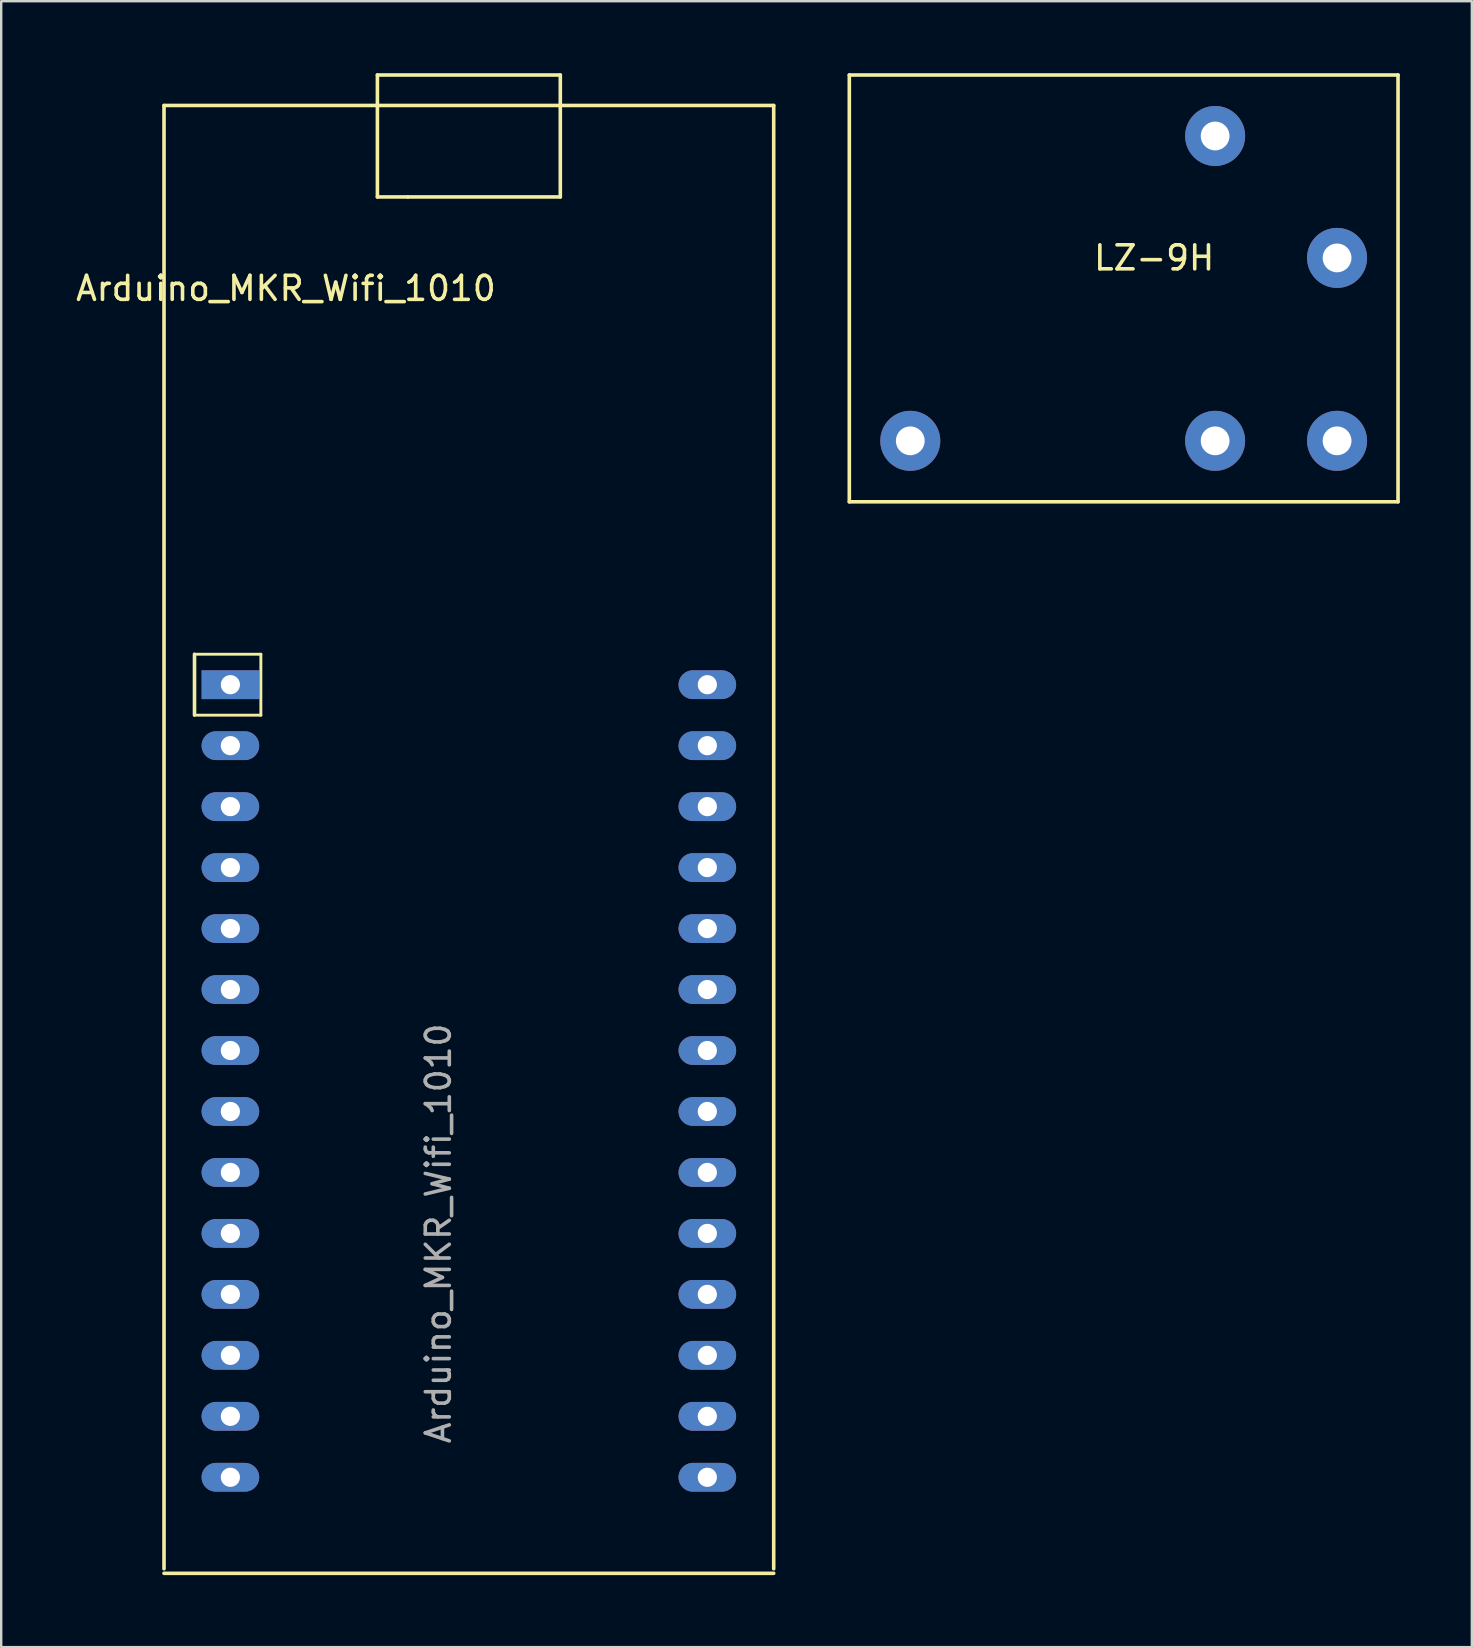
<source format=kicad_pcb>
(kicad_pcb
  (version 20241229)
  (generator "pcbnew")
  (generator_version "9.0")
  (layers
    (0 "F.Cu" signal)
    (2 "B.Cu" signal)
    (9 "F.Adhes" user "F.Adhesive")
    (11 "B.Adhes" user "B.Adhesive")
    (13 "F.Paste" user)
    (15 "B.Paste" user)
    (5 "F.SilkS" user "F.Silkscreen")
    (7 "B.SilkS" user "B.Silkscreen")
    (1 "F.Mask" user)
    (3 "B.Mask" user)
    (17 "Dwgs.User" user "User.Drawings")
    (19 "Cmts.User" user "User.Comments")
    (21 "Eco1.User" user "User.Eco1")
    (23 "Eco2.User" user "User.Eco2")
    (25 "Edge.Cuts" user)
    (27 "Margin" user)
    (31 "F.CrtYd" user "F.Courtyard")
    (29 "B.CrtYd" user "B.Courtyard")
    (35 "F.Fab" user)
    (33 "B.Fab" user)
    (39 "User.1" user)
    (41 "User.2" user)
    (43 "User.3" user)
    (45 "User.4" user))
  (footprint "Arduino_MKR_Wifi_1010"
    (layer "F.Cu")
    (at 16.483 36.905)
    (property "Reference" "Arduino_MKR_Wifi_1010" (at -7.62 -27.94 0) (layer "F.SilkS") (effects (font (size 1 1) (thickness 0.15))))
    (attr through_hole)
    (fp_line (start -12.7 -35.56) (end -12.7 25.4) (stroke (width 0.15) (type solid)) (layer "F.SilkS"))
    (fp_line (start -12.7 25.59) (end 12.7 25.59) (stroke (width 0.15) (type solid)) (layer "F.SilkS"))
    (fp_line (start -11.43 -10.16) (end -11.43 -12.7) (stroke (width 0.15) (type solid)) (layer "F.SilkS"))
    (fp_line (start -8.665 -12.7) (end -11.335 -12.7) (stroke (width 0.12) (type solid)) (layer "F.SilkS"))
    (fp_line (start -8.665 -10.16) (end -11.335 -10.16) (stroke (width 0.12) (type solid)) (layer "F.SilkS"))
    (fp_line (start -8.665 -10.16) (end -8.665 -12.7) (stroke (width 0.12) (type solid)) (layer "F.SilkS"))
    (fp_line (start -3.81 -36.83) (end 3.81 -36.83) (stroke (width 0.15) (type solid)) (layer "F.SilkS"))
    (fp_line (start -3.81 -31.75) (end -3.81 -36.83) (stroke (width 0.15) (type solid)) (layer "F.SilkS"))
    (fp_line (start -2.54 -31.75) (end -3.81 -31.75) (stroke (width 0.15) (type solid)) (layer "F.SilkS"))
    (fp_line (start -2.54 -31.75) (end 3.81 -31.75) (stroke (width 0.15) (type solid)) (layer "F.SilkS"))
    (fp_line (start 3.81 -31.75) (end 3.81 -36.83) (stroke (width 0.15) (type solid)) (layer "F.SilkS"))
    (fp_line (start 12.7 -35.56) (end -12.7 -35.56) (stroke (width 0.15) (type solid)) (layer "F.SilkS"))
    (fp_line (start 12.7 25.4) (end 12.7 -35.56) (stroke (width 0.15) (type solid)) (layer "F.SilkS"))
    (fp_text user "${REFERENCE}" (at -1.27 11.43 90) (layer "F.Fab") (effects (font (size 1 1) (thickness 0.15))))
    (pad "1" thru_hole rect (at -9.935 -11.43) (size 2.4 1.2) (drill 0.8) (layers "*.Cu" "*.Mask"))
    (pad "2" thru_hole oval (at -9.935 -8.89) (size 2.4 1.2) (drill 0.8) (layers "*.Cu" "*.Mask"))
    (pad "3" thru_hole oval (at -9.935 -6.35) (size 2.4 1.2) (drill 0.8) (layers "*.Cu" "*.Mask"))
    (pad "4" thru_hole oval (at -9.935 -3.81) (size 2.4 1.2) (drill 0.8) (layers "*.Cu" "*.Mask"))
    (pad "5" thru_hole oval (at -9.935 -1.27) (size 2.4 1.2) (drill 0.8) (layers "*.Cu" "*.Mask"))
    (pad "6" thru_hole oval (at -9.935 1.27) (size 2.4 1.2) (drill 0.8) (layers "*.Cu" "*.Mask"))
    (pad "7" thru_hole oval (at -9.935 3.81) (size 2.4 1.2) (drill 0.8) (layers "*.Cu" "*.Mask"))
    (pad "8" thru_hole oval (at -9.935 6.35) (size 2.4 1.2) (drill 0.8) (layers "*.Cu" "*.Mask"))
    (pad "9" thru_hole oval (at -9.935 8.89) (size 2.4 1.2) (drill 0.8) (layers "*.Cu" "*.Mask"))
    (pad "10" thru_hole oval (at -9.935 11.43) (size 2.4 1.2) (drill 0.8) (layers "*.Cu" "*.Mask"))
    (pad "11" thru_hole oval (at -9.935 13.97) (size 2.4 1.2) (drill 0.8) (layers "*.Cu" "*.Mask"))
    (pad "12" thru_hole oval (at -9.935 16.51) (size 2.4 1.2) (drill 0.8) (layers "*.Cu" "*.Mask"))
    (pad "13" thru_hole oval (at -9.935 19.05) (size 2.4 1.2) (drill 0.8) (layers "*.Cu" "*.Mask"))
    (pad "14" thru_hole oval (at -9.935 21.59) (size 2.4 1.2) (drill 0.8) (layers "*.Cu" "*.Mask"))
    (pad "15" thru_hole oval (at 9.935 21.59) (size 2.4 1.2) (drill 0.8) (layers "*.Cu" "*.Mask"))
    (pad "16" thru_hole oval (at 9.935 19.05) (size 2.4 1.2) (drill 0.8) (layers "*.Cu" "*.Mask"))
    (pad "17" thru_hole oval (at 9.935 16.51) (size 2.4 1.2) (drill 0.8) (layers "*.Cu" "*.Mask"))
    (pad "18" thru_hole oval (at 9.935 13.97) (size 2.4 1.2) (drill 0.8) (layers "*.Cu" "*.Mask"))
    (pad "19" thru_hole oval (at 9.935 11.43) (size 2.4 1.2) (drill 0.8) (layers "*.Cu" "*.Mask"))
    (pad "20" thru_hole oval (at 9.935 8.89) (size 2.4 1.2) (drill 0.8) (layers "*.Cu" "*.Mask"))
    (pad "21" thru_hole oval (at 9.935 6.35) (size 2.4 1.2) (drill 0.8) (layers "*.Cu" "*.Mask"))
    (pad "22" thru_hole oval (at 9.935 3.81) (size 2.4 1.2) (drill 0.8) (layers "*.Cu" "*.Mask"))
    (pad "23" thru_hole oval (at 9.935 1.27) (size 2.4 1.2) (drill 0.8) (layers "*.Cu" "*.Mask"))
    (pad "24" thru_hole oval (at 9.935 -1.27) (size 2.4 1.2) (drill 0.8) (layers "*.Cu" "*.Mask"))
    (pad "25" thru_hole oval (at 9.935 -3.81) (size 2.4 1.2) (drill 0.8) (layers "*.Cu" "*.Mask"))
    (pad "26" thru_hole oval (at 9.935 -6.35) (size 2.4 1.2) (drill 0.8) (layers "*.Cu" "*.Mask"))
    (pad "27" thru_hole oval (at 9.935 -8.89) (size 2.4 1.2) (drill 0.8) (layers "*.Cu" "*.Mask"))
    (pad "28" thru_hole oval (at 9.935 -11.43) (size 2.4 1.2) (drill 0.8) (layers "*.Cu" "*.Mask")))
  (footprint "LZ-9H"
    (layer "F.Cu")
    (at 43.763 8.965)
    (property "Reference" "LZ-9H" (at 1.27 -1.27 180) (layer "F.SilkS") (effects (font (size 1 1) (thickness 0.15))))
    (attr through_hole)
    (fp_line (start -11.43 -8.89) (end -11.43 8.89) (stroke (width 0.15) (type solid)) (layer "F.SilkS"))
    (fp_line (start -11.43 8.89) (end 11.43 8.89) (stroke (width 0.15) (type solid)) (layer "F.SilkS"))
    (fp_line (start 11.43 -8.89) (end -11.43 -8.89) (stroke (width 0.15) (type solid)) (layer "F.SilkS"))
    (fp_line (start 11.43 8.89) (end 11.43 -8.89) (stroke (width 0.15) (type solid)) (layer "F.SilkS"))
    (pad "1" thru_hole circle (at -8.89 6.35 180) (size 2.5 2.5) (drill 1.2) (layers "*.Cu" "*.Mask"))
    (pad "2" thru_hole circle (at 3.81 6.35 180) (size 2.5 2.5) (drill 1.2) (layers "*.Cu" "*.Mask"))
    (pad "3" thru_hole circle (at 8.89 6.35 180) (size 2.5 2.5) (drill 1.2) (layers "*.Cu" "*.Mask"))
    (pad "4" thru_hole circle (at 8.89 -1.27 180) (size 2.5 2.5) (drill 1.2) (layers "*.Cu" "*.Mask"))
    (pad "5" thru_hole circle (at 3.81 -6.35 180) (size 2.5 2.5) (drill 1.2) (layers "*.Cu" "*.Mask")))
  (gr_rect
    (start -3 -3)
    (end 58.268 65.57)
    (stroke (width 0.1) (type default))
    (fill no)
    (layer "Edge.Cuts")))
</source>
